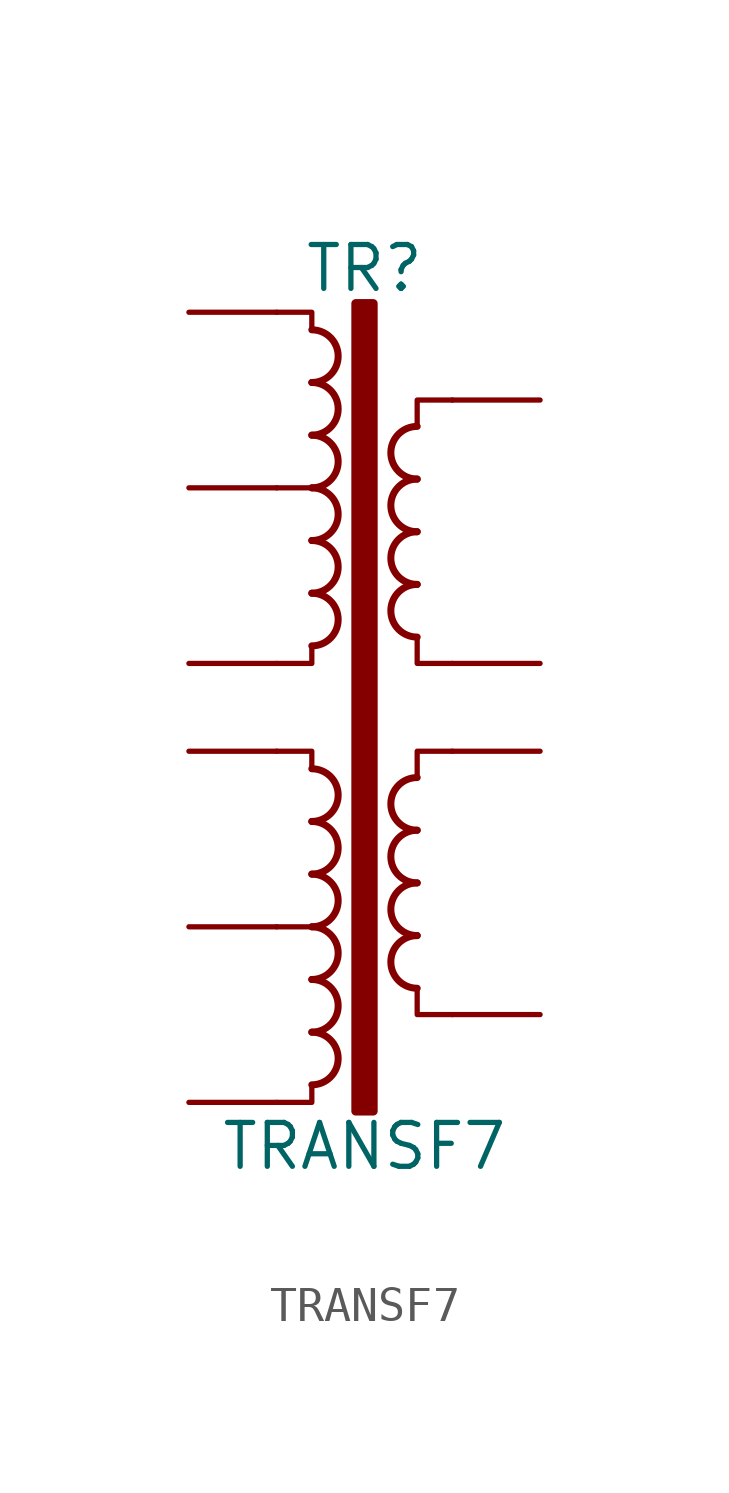
<source format=kicad_sym>
(kicad_symbol_lib
  (version 20200908)
  (generator kicad_symbol_editor)
  (symbol "Transformer:TRANSF7"
    (pin_numbers hide)
    (pin_names
      (offset 0))
    (property "Reference" "TR"
      (at 0 13.97 0)
      (effects (font (size 1.27 1.27))))
    (property "Value" "TRANSF7"
      (at 0 -11.43 0)
      (effects (font (size 1.27 1.27))))
    (symbol "TRANSF7_0_1"
      (arc (start -1.524 -9.652) (end -1.524 -8.128) (radius (at -1.524 -8.89) (length 0.762) (angles -89.9 89.9)) (stroke (width 0.2032)) (fill (type none)))
      (arc (start -1.524 -8.128) (end -1.524 -6.604) (radius (at -1.524 -7.366) (length 0.762) (angles -89.9 89.9)) (stroke (width 0.2032)) (fill (type none)))
      (arc (start -1.524 -6.604) (end -1.524 -5.08) (radius (at -1.524 -5.842) (length 0.762) (angles -89.9 89.9)) (stroke (width 0.2032)) (fill (type none)))
      (arc (start -1.524 -5.08) (end -1.524 -3.556) (radius (at -1.524 -4.318) (length 0.762) (angles -89.9 89.9)) (stroke (width 0.2032)) (fill (type none)))
      (arc (start -1.524 -3.556) (end -1.524 -2.032) (radius (at -1.524 -2.794) (length 0.762) (angles -89.9 89.9)) (stroke (width 0.2032)) (fill (type none)))
      (arc (start -1.524 -2.032) (end -1.524 -0.508) (radius (at -1.524 -1.27) (length 0.762) (angles -89.9 89.9)) (stroke (width 0.2032)) (fill (type none)))
      (arc (start -1.524 3.048) (end -1.524 4.572) (radius (at -1.524 3.81) (length 0.762) (angles -89.9 89.9)) (stroke (width 0.2032)) (fill (type none)))
      (arc (start -1.524 4.572) (end -1.524 6.096) (radius (at -1.524 5.334) (length 0.762) (angles -89.9 89.9)) (stroke (width 0.2032)) (fill (type none)))
      (arc (start -1.524 6.096) (end -1.524 7.62) (radius (at -1.524 6.858) (length 0.762) (angles -89.9 89.9)) (stroke (width 0.2032)) (fill (type none)))
      (arc (start -1.524 7.62) (end -1.524 9.144) (radius (at -1.524 8.382) (length 0.762) (angles -89.9 89.9)) (stroke (width 0.2032)) (fill (type none)))
      (arc (start -1.524 9.144) (end -1.524 10.668) (radius (at -1.524 9.906) (length 0.762) (angles -89.9 89.9)) (stroke (width 0.2032)) (fill (type none)))
      (arc (start -1.524 10.668) (end -1.524 12.192) (radius (at -1.524 11.43) (length 0.762) (angles -89.9 89.9)) (stroke (width 0.2032)) (fill (type none)))
      (arc (start 1.524 -5.334) (end 1.524 -6.858) (radius (at 1.524 -6.096) (length 0.762) (angles 90.1 -90.1)) (stroke (width 0.2032)) (fill (type none)))
      (arc (start 1.524 -3.81) (end 1.524 -5.334) (radius (at 1.524 -4.572) (length 0.762) (angles 90.1 -90.1)) (stroke (width 0.2032)) (fill (type none)))
      (arc (start 1.524 -2.286) (end 1.524 -3.81) (radius (at 1.524 -3.048) (length 0.762) (angles 90.1 -90.1)) (stroke (width 0.2032)) (fill (type none)))
      (arc (start 1.524 -0.762) (end 1.524 -2.286) (radius (at 1.524 -1.524) (length 0.762) (angles 90.1 -90.1)) (stroke (width 0.2032)) (fill (type none)))
      (arc (start 1.524 4.826) (end 1.524 3.302) (radius (at 1.524 4.064) (length 0.762) (angles 90.1 -90.1)) (stroke (width 0.2032)) (fill (type none)))
      (arc (start 1.524 6.35) (end 1.524 4.826) (radius (at 1.524 5.588) (length 0.762) (angles 90.1 -90.1)) (stroke (width 0.2032)) (fill (type none)))
      (arc (start 1.524 7.874) (end 1.524 6.35) (radius (at 1.524 7.112) (length 0.762) (angles 90.1 -90.1)) (stroke (width 0.2032)) (fill (type none)))
      (arc (start 1.524 9.398) (end 1.524 7.874) (radius (at 1.524 8.636) (length 0.762) (angles 90.1 -90.1)) (stroke (width 0.2032)) (fill (type none)))
      (rectangle (start -0.254 12.954) (end 0.254 -10.414) (stroke (width 0.254)) (fill (type outline)))
      (polyline (pts (xy -1.524 -5.08) (xy -2.54 -5.08) (xy -2.54 -5.08)) (stroke (width 0)) (fill (type outline)))
      (polyline (pts (xy -1.524 7.62) (xy -2.54 7.62) (xy -2.54 7.62)) (stroke (width 0)) (fill (type outline)))
      (polyline (pts (xy -1.524 -9.652) (xy -1.524 -10.16) (xy -2.54 -10.16) (xy -2.54 -10.16)) (stroke (width 0)) (fill (type none)))
      (polyline (pts (xy -1.524 -0.508) (xy -1.524 0) (xy -2.54 0) (xy -2.54 0)) (stroke (width 0)) (fill (type none)))
      (polyline (pts (xy -1.524 3.048) (xy -1.524 2.54) (xy -2.54 2.54) (xy -2.54 2.54)) (stroke (width 0)) (fill (type none)))
      (polyline (pts (xy -1.524 12.192) (xy -1.524 12.7) (xy -2.54 12.7) (xy -2.54 12.7)) (stroke (width 0)) (fill (type none)))
      (polyline (pts (xy 1.524 -0.762) (xy 1.524 0) (xy 2.54 0) (xy 2.54 0)) (stroke (width 0)) (fill (type none)))
      (polyline (pts (xy 1.524 9.398) (xy 1.524 10.16) (xy 2.54 10.16) (xy 2.54 10.16)) (stroke (width 0)) (fill (type none)))
      (polyline (pts (xy 1.524 -6.858) (xy 1.524 -7.62) (xy 2.54 -7.62) (xy 2.54 -7.62) (xy 2.54 -7.62) (xy 2.54 -7.62)) (stroke (width 0)) (fill (type none)))
      (polyline (pts (xy 1.524 3.302) (xy 1.524 2.54) (xy 2.54 2.54) (xy 2.54 2.54) (xy 2.54 2.54) (xy 2.54 2.54)) (stroke (width 0)) (fill (type none))))
    (symbol "TRANSF7_1_1"
      (pin passive line (at 5.08 10.16 180) (length 2.54) (name "~" (effects (font (size 1.27 1.27)))) (number "1" (effects (font (size 1.27 1.27)))))
      (pin passive line (at -5.08 12.7 0) (length 2.54) (name "~" (effects (font (size 1.27 1.27)))) (number "10" (effects (font (size 1.27 1.27)))))
      (pin passive line (at 5.08 2.54 180) (length 2.54) (name "~" (effects (font (size 1.27 1.27)))) (number "2" (effects (font (size 1.27 1.27)))))
      (pin passive line (at 5.08 0 180) (length 2.54) (name "~" (effects (font (size 1.27 1.27)))) (number "3" (effects (font (size 1.27 1.27)))))
      (pin passive line (at 5.08 -7.62 180) (length 2.54) (name "~" (effects (font (size 1.27 1.27)))) (number "4" (effects (font (size 1.27 1.27)))))
      (pin passive line (at -5.08 -10.16 0) (length 2.54) (name "~" (effects (font (size 1.27 1.27)))) (number "5" (effects (font (size 1.27 1.27)))))
      (pin passive line (at -5.08 -5.08 0) (length 2.54) (name "~" (effects (font (size 1.27 1.27)))) (number "6" (effects (font (size 1.27 1.27)))))
      (pin passive line (at -5.08 0 0) (length 2.54) (name "~" (effects (font (size 1.27 1.27)))) (number "7" (effects (font (size 1.27 1.27)))))
      (pin passive line (at -5.08 2.54 0) (length 2.54) (name "~" (effects (font (size 1.27 1.27)))) (number "8" (effects (font (size 1.27 1.27)))))
      (pin passive line (at -5.08 7.62 0) (length 2.54) (name "~" (effects (font (size 1.27 1.27)))) (number "9" (effects (font (size 1.27 1.27))))))))
</source>
